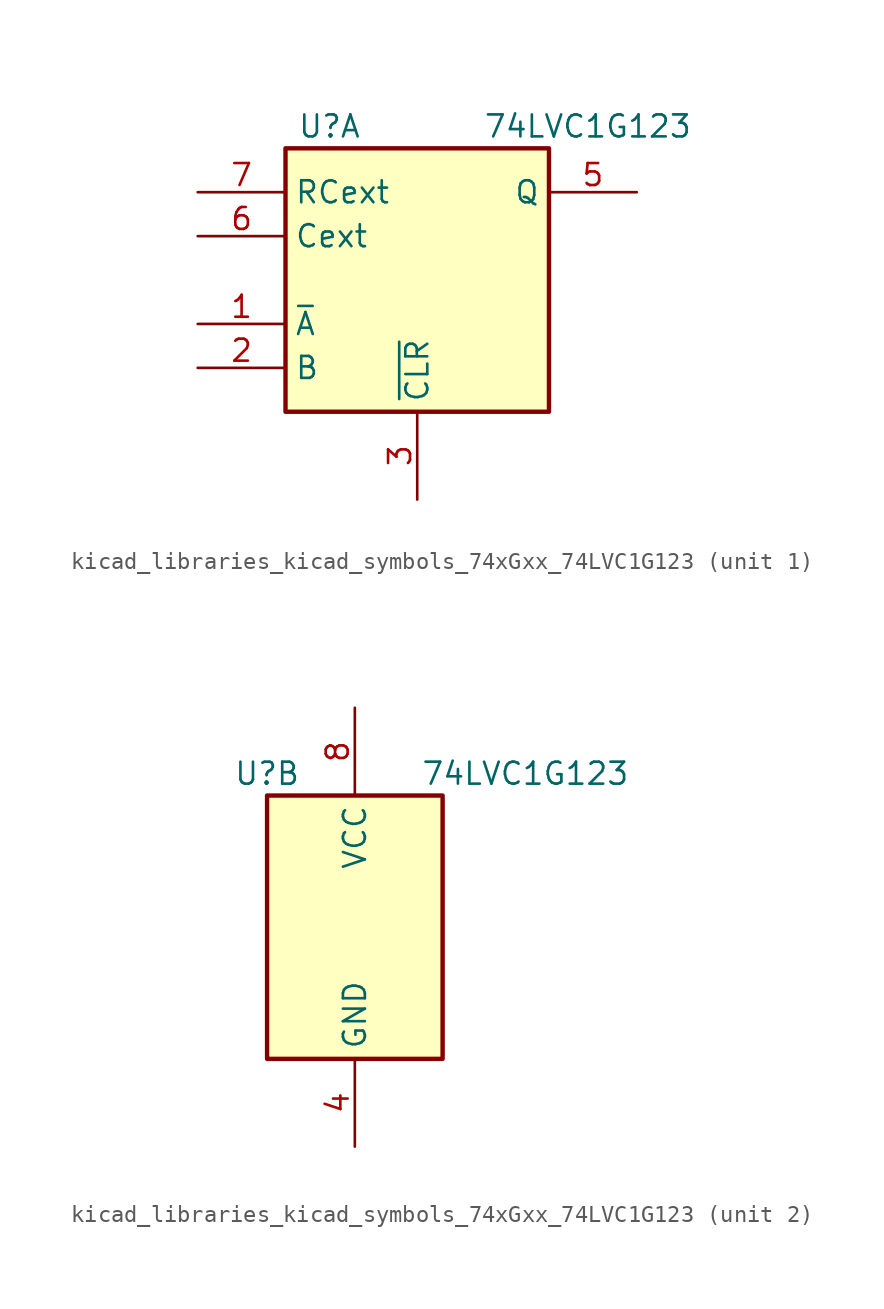
<source format=kicad_sym>
(kicad_symbol_lib
  (version 20220914)
  (generator kicad_symbol_editor)
  (symbol "kicad_libraries_kicad_symbols_74xGxx_74LVC1G123"
    (property "Reference" "U"
      (at -5.08 8.89 0)
      (effects (font (size 1.27 1.27))))
    (property "Value" "74LVC1G123"
      (at 3.81 8.89 0)
      (effects (font (size 1.27 1.27)) (justify left)))
    (symbol "kicad_libraries_kicad_symbols_74xGxx_74LVC1G123_1_1"
      (rectangle (start -7.62 7.62) (end 7.62 -7.62) (stroke (width 0.254) (type default)) (fill (type background)))
      (pin input line (at -12.7 -2.54 0) (length 5.08) (name "~{A}" (effects (font (size 1.27 1.27)))) (number "1" (effects (font (size 1.27 1.27)))))
      (pin input line (at -12.7 -5.08 0) (length 5.08) (name "B" (effects (font (size 1.27 1.27)))) (number "2" (effects (font (size 1.27 1.27)))))
      (pin input line (at 0 -12.7 90) (length 5.08) (name "~{CLR}" (effects (font (size 1.27 1.27)))) (number "3" (effects (font (size 1.27 1.27)))))
      (pin output line (at 12.7 5.08 180) (length 5.08) (name "Q" (effects (font (size 1.27 1.27)))) (number "5" (effects (font (size 1.27 1.27)))))
      (pin input line (at -12.7 2.54 0) (length 5.08) (name "Cext" (effects (font (size 1.27 1.27)))) (number "6" (effects (font (size 1.27 1.27)))))
      (pin input line (at -12.7 5.08 0) (length 5.08) (name "RCext" (effects (font (size 1.27 1.27)))) (number "7" (effects (font (size 1.27 1.27))))))
    (symbol "kicad_libraries_kicad_symbols_74xGxx_74LVC1G123_2_1"
      (rectangle (start -5.08 7.62) (end 5.08 -7.62) (stroke (width 0.254) (type default)) (fill (type background)))
      (pin power_in line (at 0 -12.7 90) (length 5.08) (name "GND" (effects (font (size 1.27 1.27)))) (number "4" (effects (font (size 1.27 1.27)))))
      (pin power_in line (at 0 12.7 270) (length 5.08) (name "VCC" (effects (font (size 1.27 1.27)))) (number "8" (effects (font (size 1.27 1.27))))))))
</source>
